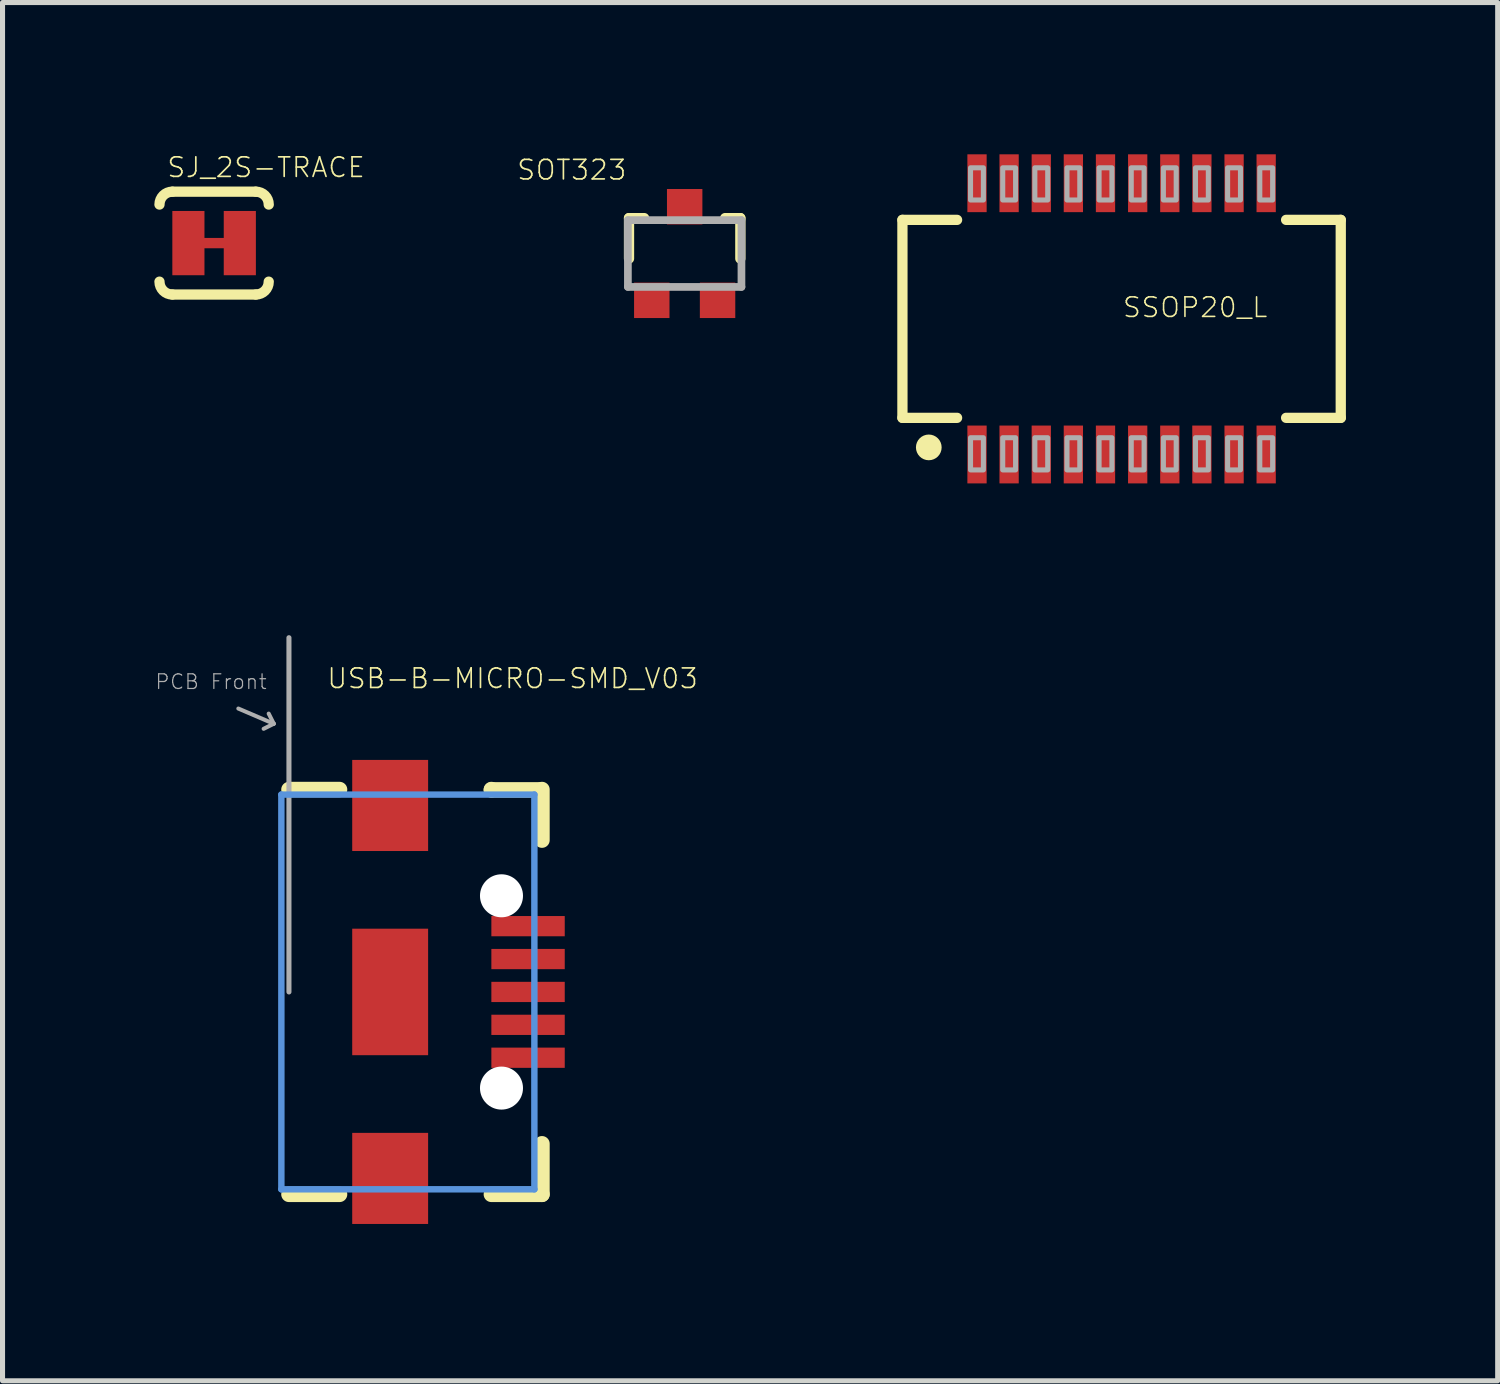
<source format=kicad_pcb>
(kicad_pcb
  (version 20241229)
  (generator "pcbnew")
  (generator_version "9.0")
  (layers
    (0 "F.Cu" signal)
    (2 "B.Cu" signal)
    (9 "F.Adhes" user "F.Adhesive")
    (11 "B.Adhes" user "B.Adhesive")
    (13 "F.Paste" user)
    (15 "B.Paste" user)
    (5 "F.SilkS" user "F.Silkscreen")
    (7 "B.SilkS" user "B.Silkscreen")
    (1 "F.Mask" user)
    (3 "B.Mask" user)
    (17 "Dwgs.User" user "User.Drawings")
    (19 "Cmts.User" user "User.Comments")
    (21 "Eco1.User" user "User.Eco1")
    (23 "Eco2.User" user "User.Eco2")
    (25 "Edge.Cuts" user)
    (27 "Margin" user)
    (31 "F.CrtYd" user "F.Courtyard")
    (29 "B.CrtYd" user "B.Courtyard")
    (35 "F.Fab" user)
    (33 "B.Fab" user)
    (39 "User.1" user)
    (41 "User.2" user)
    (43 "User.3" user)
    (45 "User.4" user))
  (footprint "SOT323"
    (layer "F.Cu")
    (at 10.48 1.96)
    (property "Reference" "SOT323" (at -1.125 -1.878 0) (layer "F.SilkS") (effects (font (size 0.386 0.386) (thickness 0.033)) (justify right top)))
    (attr through_hole)
    (fp_line (start -1.1 -0.7) (end -1.1 0.1) (stroke (width 0.203) (type solid)) (layer "F.SilkS"))
    (fp_line (start -0.8 -0.7) (end -1.1 -0.7) (stroke (width 0.203) (type solid)) (layer "F.SilkS"))
    (fp_line (start 0.8 -0.7) (end 1.1 -0.7) (stroke (width 0.203) (type solid)) (layer "F.SilkS"))
    (fp_line (start 1.1 -0.7) (end 1.1 0.1) (stroke (width 0.203) (type solid)) (layer "F.SilkS"))
    (fp_line (start -1.122 -0.66) (end 1.122 -0.66) (stroke (width 0.152) (type solid)) (layer "F.Fab"))
    (fp_line (start -1.122 0.66) (end -1.122 -0.66) (stroke (width 0.152) (type solid)) (layer "F.Fab"))
    (fp_line (start 1.122 -0.66) (end 1.122 0.66) (stroke (width 0.152) (type solid)) (layer "F.Fab"))
    (fp_line (start 1.122 0.66) (end -1.122 0.66) (stroke (width 0.152) (type solid)) (layer "F.Fab"))
    (pad "1" smd rect (at -0.65 0.925) (size 0.7 0.7) (layers "F.Cu" "F.Mask" "F.Paste"))
    (pad "2" smd rect (at 0.65 0.925) (size 0.7 0.7) (layers "F.Cu" "F.Mask" "F.Paste"))
    (pad "3" smd rect (at 0 -0.925) (size 0.7 0.7) (layers "F.Cu" "F.Mask" "F.Paste")))
  (footprint "SJ_2S-TRACE"
    (layer "F.Cu")
    (at 1.181 1.754)
    (property "Reference" "SJ_2S-TRACE" (at -0.953 -1.27 0) (layer "F.SilkS") (effects (font (size 0.386 0.386) (thickness 0.033)) (justify left bottom)))
    (attr through_hole)
    (fp_line (start -0.381 0) (end 0.381 0) (stroke (width 0.203) (type solid)) (layer "F.Cu"))
    (fp_line (start -0.826 -1.016) (end 0.826 -1.016) (stroke (width 0.203) (type solid)) (layer "F.SilkS"))
    (fp_line (start 0.826 1.016) (end -0.826 1.016) (stroke (width 0.203) (type solid)) (layer "F.SilkS"))
    (fp_arc (start -1.0795 -0.762) (mid -1.005105 -0.941605) (end -0.8255 -1.016) (stroke (width 0.2032) (type solid)) (layer "F.SilkS"))
    (fp_arc (start -0.8255 1.016) (mid -1.005105 0.941605) (end -1.0795 0.762) (stroke (width 0.2032) (type solid)) (layer "F.SilkS"))
    (fp_arc (start 0.8255 -1.016) (mid 1.005105 -0.941605) (end 1.0795 -0.762) (stroke (width 0.2032) (type solid)) (layer "F.SilkS"))
    (fp_arc (start 1.0795 0.762) (mid 1.005105 0.941605) (end 0.8255 1.016) (stroke (width 0.2032) (type solid)) (layer "F.SilkS"))
    (pad "1" smd rect (at -0.508 0) (size 0.635 1.27) (layers "F.Cu" "F.Mask"))
    (pad "2" smd rect (at 0.508 0) (size 0.635 1.27) (layers "F.Cu" "F.Mask")))
  (footprint "USB-B-MICRO-SMD_V03"
    (layer "F.Cu")
    (at 4.66 16.552)
    (property "Reference" "USB-B-MICRO-SMD_V03" (at -1.27 -5.969 0) (layer "F.SilkS") (effects (font (size 0.386 0.386) (thickness 0.033)) (justify left bottom)))
    (attr through_hole)
    (fp_poly (pts (xy -0.85 -2.684) (xy 0.85 -2.684) (xy 0.85 -4.684) (xy -0.85 -4.684)) (stroke (width 0) (type solid)) (fill yes) (layer "F.Mask"))
    (fp_poly (pts (xy -0.85 1.35) (xy 0.85 1.35) (xy 0.85 -1.35) (xy -0.85 -1.35)) (stroke (width 0) (type solid)) (fill yes) (layer "F.Mask"))
    (fp_poly (pts (xy -0.85 4.684) (xy 0.85 4.684) (xy 0.85 2.684) (xy -0.85 2.684)) (stroke (width 0) (type solid)) (fill yes) (layer "F.Mask"))
    (fp_line (start -1 -4) (end -2 -4) (stroke (width 0.305) (type solid)) (layer "F.SilkS"))
    (fp_line (start -1 4) (end -2 4) (stroke (width 0.305) (type solid)) (layer "F.SilkS"))
    (fp_line (start 2 -3.993) (end 2 -4) (stroke (width 0.305) (type solid)) (layer "F.SilkS"))
    (fp_line (start 2 4) (end 3 4) (stroke (width 0.305) (type solid)) (layer "F.SilkS"))
    (fp_line (start 2.982 -3.993) (end 2 -3.993) (stroke (width 0.305) (type solid)) (layer "F.SilkS"))
    (fp_line (start 3 -4) (end 3 -3) (stroke (width 0.305) (type solid)) (layer "F.SilkS"))
    (fp_line (start 3 4) (end 3 3) (stroke (width 0.305) (type solid)) (layer "F.SilkS"))
    (fp_poly (pts (xy -0.75 -2.784) (xy 0.75 -2.784) (xy 0.75 -4.584) (xy -0.75 -4.584)) (stroke (width 0) (type solid)) (fill yes) (layer "F.Paste"))
    (fp_poly (pts (xy -0.75 4.584) (xy 0.75 4.584) (xy 0.75 2.784) (xy -0.75 2.784)) (stroke (width 0) (type solid)) (fill yes) (layer "F.Paste"))
    (fp_poly (pts (xy -0.35 0.75) (xy 0.35 0.75) (xy 0.35 -0.75) (xy -0.35 -0.75)) (stroke (width 0) (type solid)) (fill yes) (layer "F.Paste"))
    (fp_line (start -2.15 -3.9) (end -2.15 3.9) (stroke (width 0.127) (type solid)) (layer "Cmts.User"))
    (fp_line (start 2.85 -3.9) (end -2.15 -3.9) (stroke (width 0.127) (type solid)) (layer "Cmts.User"))
    (fp_line (start 2.85 -3.9) (end 2.85 3.9) (stroke (width 0.127) (type solid)) (layer "Cmts.User"))
    (fp_line (start 2.85 3.9) (end -2.15 3.9) (stroke (width 0.127) (type solid)) (layer "Cmts.User"))
    (fp_line (start -3 -5.6) (end -2.3 -5.3) (stroke (width 0.08) (type solid)) (layer "F.Fab"))
    (fp_line (start -2.3 -5.3) (end -2.5 -5.2) (stroke (width 0.08) (type solid)) (layer "F.Fab"))
    (fp_line (start -2.3 -5.3) (end -2.4 -5.5) (stroke (width 0.08) (type solid)) (layer "F.Fab"))
    (fp_line (start -2 -7) (end -2 0) (stroke (width 0.1) (type solid)) (layer "F.Fab"))
    (fp_text user "PCB Front" (at -4.66 -5.96 0) (layer "F.Fab") (effects (font (size 0.29 0.29) (thickness 0.024)) (justify left bottom)))
    (pad "" np_thru_hole circle (at 2.2 -1.9) (size 0.85 0.85) (drill 0.85) (layers "*.Cu" "*.Mask"))
    (pad "" np_thru_hole circle (at 2.2 1.9) (size 0.85 0.85) (drill 0.85) (layers "*.Cu" "*.Mask"))
    (pad "D+1" smd rect (at 2.725 0 90) (size 0.4 1.45) (layers "F.Cu" "F.Mask" "F.Paste"))
    (pad "D-1" smd rect (at 2.725 -0.65 90) (size 0.4 1.45) (layers "F.Cu" "F.Mask" "F.Paste"))
    (pad "GND1" smd rect (at 2.725 1.3 90) (size 0.4 1.45) (layers "F.Cu" "F.Mask" "F.Paste"))
    (pad "ID1" smd rect (at 2.725 0.65 90) (size 0.4 1.45) (layers "F.Cu" "F.Mask" "F.Paste"))
    (pad "SHIELD1" smd rect (at 0 -3.685 90) (size 1.8 1.5) (layers "F.Cu" "F.Mask"))
    (pad "SHIELD2" smd rect (at 0 3.685 90) (size 1.8 1.5) (layers "F.Cu" "F.Mask"))
    (pad "SHIELD3" smd rect (at 0 0 90) (size 2.5 1.5) (layers "F.Cu" "F.Mask"))
    (pad "VBUS1" smd rect (at 2.725 -1.3 90) (size 0.4 1.45) (layers "F.Cu" "F.Mask" "F.Paste")))
  (footprint "SSOP20_L"
    (layer "F.Cu")
    (at 19.114 3.251)
    (property "Reference" "SSOP20_L" (at 0 0 0) (layer "F.SilkS") (effects (font (size 0.386 0.386) (thickness 0.031)) (justify left bottom)))
    (attr through_hole)
    (fp_line (start -4.331 -1.956) (end -4.331 1.956) (stroke (width 0.203) (type solid)) (layer "F.SilkS"))
    (fp_line (start -4.331 -1.956) (end -3.251 -1.956) (stroke (width 0.203) (type solid)) (layer "F.SilkS"))
    (fp_line (start -4.331 1.956) (end -3.251 1.956) (stroke (width 0.203) (type solid)) (layer "F.SilkS"))
    (fp_line (start 3.251 -1.956) (end 4.331 -1.956) (stroke (width 0.203) (type solid)) (layer "F.SilkS"))
    (fp_line (start 3.251 1.956) (end 4.331 1.956) (stroke (width 0.203) (type solid)) (layer "F.SilkS"))
    (fp_line (start 4.331 1.956) (end 4.331 -1.956) (stroke (width 0.203) (type solid)) (layer "F.SilkS"))
    (fp_circle (center -3.81 2.54) (end -3.683 2.54) (stroke (width 0.254) (type solid)) (fill no) (layer "F.SilkS"))
    (fp_poly (pts (xy -2.985 2.985) (xy -2.731 2.985) (xy -2.731 2.349) (xy -2.985 2.349)) (stroke (width 0.1) (type solid)) (fill no) (layer "F.Fab"))
    (fp_poly (pts (xy -2.731 -2.985) (xy -2.985 -2.985) (xy -2.985 -2.349) (xy -2.731 -2.349)) (stroke (width 0.1) (type solid)) (fill no) (layer "F.Fab"))
    (fp_poly (pts (xy -2.349 2.985) (xy -2.095 2.985) (xy -2.095 2.349) (xy -2.349 2.349)) (stroke (width 0.1) (type solid)) (fill no) (layer "F.Fab"))
    (fp_poly (pts (xy -2.095 -2.985) (xy -2.349 -2.985) (xy -2.349 -2.349) (xy -2.095 -2.349)) (stroke (width 0.1) (type solid)) (fill no) (layer "F.Fab"))
    (fp_poly (pts (xy -1.714 2.985) (xy -1.46 2.985) (xy -1.46 2.349) (xy -1.714 2.349)) (stroke (width 0.1) (type solid)) (fill no) (layer "F.Fab"))
    (fp_poly (pts (xy -1.46 -2.985) (xy -1.714 -2.985) (xy -1.714 -2.349) (xy -1.46 -2.349)) (stroke (width 0.1) (type solid)) (fill no) (layer "F.Fab"))
    (fp_poly (pts (xy -1.079 2.985) (xy -0.826 2.985) (xy -0.826 2.349) (xy -1.079 2.349)) (stroke (width 0.1) (type solid)) (fill no) (layer "F.Fab"))
    (fp_poly (pts (xy -0.826 -2.985) (xy -1.079 -2.985) (xy -1.079 -2.349) (xy -0.826 -2.349)) (stroke (width 0.1) (type solid)) (fill no) (layer "F.Fab"))
    (fp_poly (pts (xy -0.445 2.985) (xy -0.191 2.985) (xy -0.191 2.349) (xy -0.445 2.349)) (stroke (width 0.1) (type solid)) (fill no) (layer "F.Fab"))
    (fp_poly (pts (xy -0.191 -2.985) (xy -0.445 -2.985) (xy -0.445 -2.349) (xy -0.191 -2.349)) (stroke (width 0.1) (type solid)) (fill no) (layer "F.Fab"))
    (fp_poly (pts (xy 0.191 2.985) (xy 0.445 2.985) (xy 0.445 2.349) (xy 0.191 2.349)) (stroke (width 0.1) (type solid)) (fill no) (layer "F.Fab"))
    (fp_poly (pts (xy 0.445 -2.985) (xy 0.191 -2.985) (xy 0.191 -2.349) (xy 0.445 -2.349)) (stroke (width 0.1) (type solid)) (fill no) (layer "F.Fab"))
    (fp_poly (pts (xy 0.826 2.985) (xy 1.079 2.985) (xy 1.079 2.349) (xy 0.826 2.349)) (stroke (width 0.1) (type solid)) (fill no) (layer "F.Fab"))
    (fp_poly (pts (xy 1.079 -2.985) (xy 0.826 -2.985) (xy 0.826 -2.349) (xy 1.079 -2.349)) (stroke (width 0.1) (type solid)) (fill no) (layer "F.Fab"))
    (fp_poly (pts (xy 1.46 2.985) (xy 1.714 2.985) (xy 1.714 2.349) (xy 1.46 2.349)) (stroke (width 0.1) (type solid)) (fill no) (layer "F.Fab"))
    (fp_poly (pts (xy 1.714 -2.985) (xy 1.46 -2.985) (xy 1.46 -2.349) (xy 1.714 -2.349)) (stroke (width 0.1) (type solid)) (fill no) (layer "F.Fab"))
    (fp_poly (pts (xy 2.095 2.985) (xy 2.349 2.985) (xy 2.349 2.349) (xy 2.095 2.349)) (stroke (width 0.1) (type solid)) (fill no) (layer "F.Fab"))
    (fp_poly (pts (xy 2.349 -2.985) (xy 2.095 -2.985) (xy 2.095 -2.349) (xy 2.349 -2.349)) (stroke (width 0.1) (type solid)) (fill no) (layer "F.Fab"))
    (fp_poly (pts (xy 2.731 2.985) (xy 2.985 2.985) (xy 2.985 2.349) (xy 2.731 2.349)) (stroke (width 0.1) (type solid)) (fill no) (layer "F.Fab"))
    (fp_poly (pts (xy 2.985 -2.985) (xy 2.731 -2.985) (xy 2.731 -2.349) (xy 2.985 -2.349)) (stroke (width 0.1) (type solid)) (fill no) (layer "F.Fab"))
    (pad "1" smd rect (at -2.857 2.68 180) (size 0.381 1.143) (layers "F.Cu" "F.Mask" "F.Paste"))
    (pad "2" smd rect (at -2.223 2.68 180) (size 0.381 1.143) (layers "F.Cu" "F.Mask" "F.Paste"))
    (pad "3" smd rect (at -1.587 2.68 180) (size 0.381 1.143) (layers "F.Cu" "F.Mask" "F.Paste"))
    (pad "4" smd rect (at -0.953 2.68 180) (size 0.381 1.143) (layers "F.Cu" "F.Mask" "F.Paste"))
    (pad "5" smd rect (at -0.318 2.68 180) (size 0.381 1.143) (layers "F.Cu" "F.Mask" "F.Paste"))
    (pad "6" smd rect (at 0.318 2.68 180) (size 0.381 1.143) (layers "F.Cu" "F.Mask" "F.Paste"))
    (pad "7" smd rect (at 0.953 2.68 180) (size 0.381 1.143) (layers "F.Cu" "F.Mask" "F.Paste"))
    (pad "8" smd rect (at 1.587 2.68 180) (size 0.381 1.143) (layers "F.Cu" "F.Mask" "F.Paste"))
    (pad "9" smd rect (at 2.223 2.68 180) (size 0.381 1.143) (layers "F.Cu" "F.Mask" "F.Paste"))
    (pad "10" smd rect (at 2.857 2.68 180) (size 0.381 1.143) (layers "F.Cu" "F.Mask" "F.Paste"))
    (pad "11" smd rect (at 2.857 -2.68) (size 0.381 1.143) (layers "F.Cu" "F.Mask" "F.Paste"))
    (pad "12" smd rect (at 2.223 -2.68) (size 0.381 1.143) (layers "F.Cu" "F.Mask" "F.Paste"))
    (pad "13" smd rect (at 1.587 -2.68) (size 0.381 1.143) (layers "F.Cu" "F.Mask" "F.Paste"))
    (pad "14" smd rect (at 0.953 -2.68) (size 0.381 1.143) (layers "F.Cu" "F.Mask" "F.Paste"))
    (pad "15" smd rect (at 0.318 -2.68) (size 0.381 1.143) (layers "F.Cu" "F.Mask" "F.Paste"))
    (pad "16" smd rect (at -0.318 -2.68) (size 0.381 1.143) (layers "F.Cu" "F.Mask" "F.Paste"))
    (pad "17" smd rect (at -0.953 -2.68) (size 0.381 1.143) (layers "F.Cu" "F.Mask" "F.Paste"))
    (pad "18" smd rect (at -1.587 -2.68) (size 0.381 1.143) (layers "F.Cu" "F.Mask" "F.Paste"))
    (pad "19" smd rect (at -2.223 -2.68) (size 0.381 1.143) (layers "F.Cu" "F.Mask" "F.Paste"))
    (pad "20" smd rect (at -2.857 -2.68) (size 0.381 1.143) (layers "F.Cu" "F.Mask" "F.Paste")))
  (gr_rect
    (start -3 -3)
    (end 26.546 24.236)
    (stroke (width 0.1) (type default))
    (fill no)
    (layer "Edge.Cuts")))
</source>
